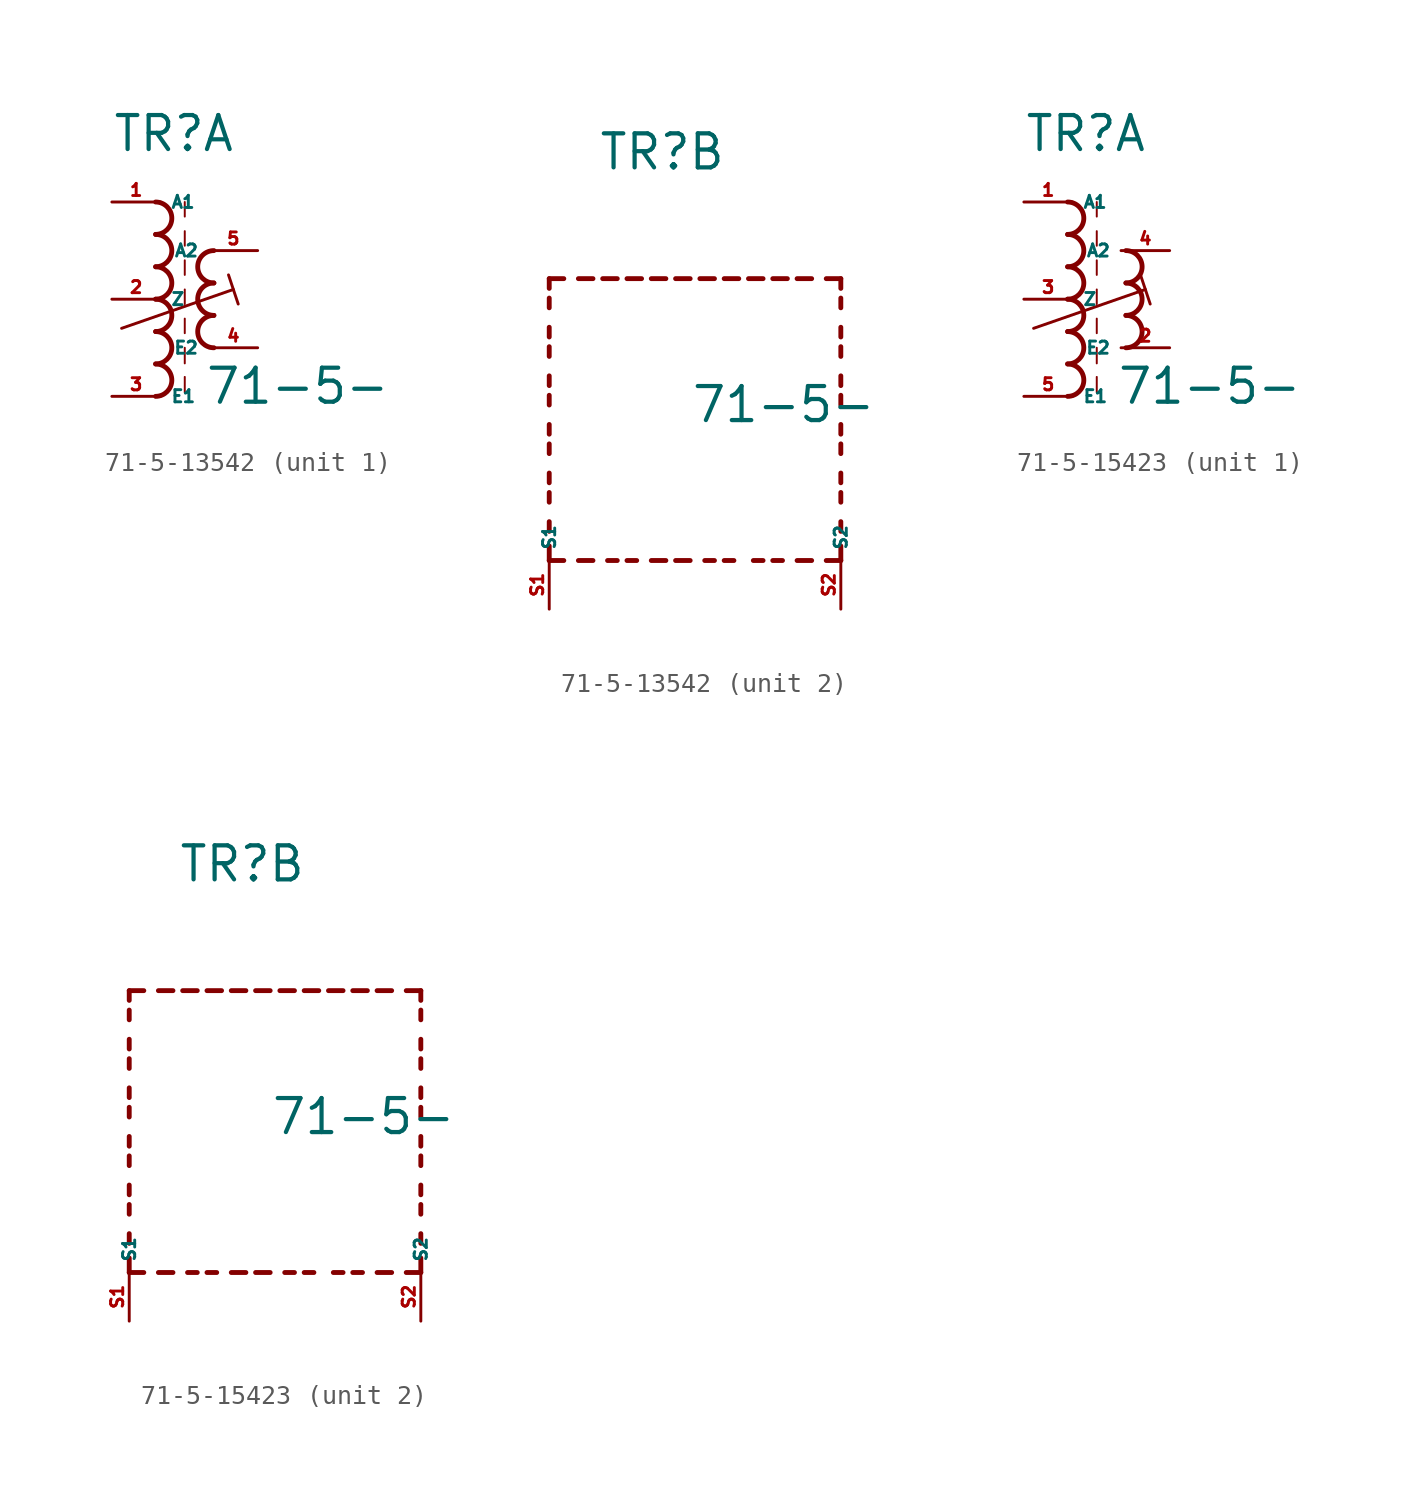
<source format=kicad_sym>
(kicad_symbol_lib
  (version 20220914)
  (generator kicad_symbol_editor)
  (symbol "71-5-13542"
    (property "Reference" "TR"
      (at -2.54 7.62 0)
      (effects (font (size 1.778 1.778) (thickness 0.22)) (justify left bottom)))
    (property "Value" "71-5-"
      (at 2.286 -5.588 0)
      (effects (font (size 1.778 1.778) (thickness 0.22)) (justify left bottom)))
    (symbol "71-5-13542_1_0"
      (arc (start -0.2534 -5.08) (mid 0.593 -4.2333) (end -0.2534 -3.3866) (stroke (width 0.254) (type default)) (fill (type none)))
      (arc (start -0.2534 -3.3866) (mid 0.593 -2.5399) (end -0.2534 -1.6932) (stroke (width 0.254) (type default)) (fill (type none)))
      (arc (start -0.2534 -1.6934) (mid 0.593 -0.8467) (end -0.2534 0) (stroke (width 0.254) (type default)) (fill (type none)))
      (arc (start -0.2534 0) (mid 0.593 0.8467) (end -0.2534 1.6934) (stroke (width 0.254) (type default)) (fill (type none)))
      (arc (start -0.2532 1.6934) (mid 0.593 2.54) (end -0.2532 3.3866) (stroke (width 0.254) (type default)) (fill (type none)))
      (arc (start -0.2534 3.3866) (mid 0.593 4.2333) (end -0.2534 5.08) (stroke (width 0.254) (type default)) (fill (type none)))
      (polyline (pts (xy -2.032 -1.524) (xy 3.81 0.508)) (stroke (width 0.152) (type default)) (fill (type none)))
      (polyline (pts (xy 1.27 -4.064) (xy 1.27 -4.88)) (stroke (width 0.102) (type default)) (fill (type none)))
      (polyline (pts (xy 1.27 -2.54) (xy 1.27 -3.356)) (stroke (width 0.102) (type default)) (fill (type none)))
      (polyline (pts (xy 1.27 -1.016) (xy 1.27 -1.778)) (stroke (width 0.102) (type default)) (fill (type none)))
      (polyline (pts (xy 1.27 0.508) (xy 1.27 -0.254)) (stroke (width 0.102) (type default)) (fill (type none)))
      (polyline (pts (xy 1.27 2.032) (xy 1.27 1.27)) (stroke (width 0.102) (type default)) (fill (type none)))
      (polyline (pts (xy 1.27 3.556) (xy 1.27 2.794)) (stroke (width 0.102) (type default)) (fill (type none)))
      (polyline (pts (xy 1.27 5.08) (xy 1.27 4.318)) (stroke (width 0.102) (type default)) (fill (type none)))
      (polyline (pts (xy 3.556 1.27) (xy 4.064 -0.254)) (stroke (width 0.152) (type default)) (fill (type none)))
      (arc (start 2.7934 -0.8466) (mid 1.947 -1.6933) (end 2.7934 -2.54) (stroke (width 0.254) (type default)) (fill (type none)))
      (arc (start 2.7932 0.8466) (mid 1.947 0) (end 2.7932 -0.8466) (stroke (width 0.254) (type default)) (fill (type none)))
      (arc (start 2.7934 2.54) (mid 1.947 1.6933) (end 2.7934 0.8466) (stroke (width 0.254) (type default)) (fill (type none)))
      (pin passive line (at -2.54 5.08 0) (length 2.54) (name "A1" (effects (font (size 0.635 0.635)))) (number "1" (effects (font (size 0.635 0.635)))))
      (pin passive line (at -2.54 0 0) (length 2.54) (name "Z" (effects (font (size 0.635 0.635)))) (number "2" (effects (font (size 0.635 0.635)))))
      (pin passive line (at -2.54 -5.08 0) (length 2.54) (name "E1" (effects (font (size 0.635 0.635)))) (number "3" (effects (font (size 0.635 0.635)))))
      (pin passive line (at 5.08 -2.54 180) (length 2.54) (name "E2" (effects (font (size 0.635 0.635)))) (number "4" (effects (font (size 0.635 0.635)))))
      (pin passive line (at 5.08 2.54 180) (length 2.54) (name "A2" (effects (font (size 0.635 0.635)))) (number "5" (effects (font (size 0.635 0.635))))))
    (symbol "71-5-13542_2_0"
      (polyline (pts (xy -5.08 -12.7) (xy -5.08 -11.938)) (stroke (width 0.254) (type default)) (fill (type none)))
      (polyline (pts (xy -5.08 -12.7) (xy -4.318 -12.7)) (stroke (width 0.254) (type default)) (fill (type none)))
      (polyline (pts (xy -5.08 -11.176) (xy -5.08 -10.668)) (stroke (width 0.254) (type default)) (fill (type none)))
      (polyline (pts (xy -5.08 -9.652) (xy -5.08 -9.144)) (stroke (width 0.254) (type default)) (fill (type none)))
      (polyline (pts (xy -5.08 -8.636) (xy -5.08 -8.128)) (stroke (width 0.254) (type default)) (fill (type none)))
      (polyline (pts (xy -5.08 -7.112) (xy -5.08 -6.604)) (stroke (width 0.254) (type default)) (fill (type none)))
      (polyline (pts (xy -5.08 -6.096) (xy -5.08 -5.588)) (stroke (width 0.254) (type default)) (fill (type none)))
      (polyline (pts (xy -5.08 -4.572) (xy -5.08 -4.064)) (stroke (width 0.254) (type default)) (fill (type none)))
      (polyline (pts (xy -5.08 -3.556) (xy -5.08 -3.048)) (stroke (width 0.254) (type default)) (fill (type none)))
      (polyline (pts (xy -5.08 -2.032) (xy -5.08 -1.524)) (stroke (width 0.254) (type default)) (fill (type none)))
      (polyline (pts (xy -5.08 -1.016) (xy -5.08 -0.508)) (stroke (width 0.254) (type default)) (fill (type none)))
      (polyline (pts (xy -5.08 0.508) (xy -5.08 1.016)) (stroke (width 0.254) (type default)) (fill (type none)))
      (polyline (pts (xy -5.08 1.524) (xy -5.08 2.032)) (stroke (width 0.254) (type default)) (fill (type none)))
      (polyline (pts (xy -5.08 2.032) (xy -4.318 2.032)) (stroke (width 0.254) (type default)) (fill (type none)))
      (polyline (pts (xy -3.556 -12.7) (xy -2.794 -12.7)) (stroke (width 0.254) (type default)) (fill (type none)))
      (polyline (pts (xy -3.556 2.032) (xy -2.794 2.032)) (stroke (width 0.254) (type default)) (fill (type none)))
      (polyline (pts (xy -1.524 -12.7) (xy -2.032 -12.7)) (stroke (width 0.254) (type default)) (fill (type none)))
      (polyline (pts (xy -1.524 2.032) (xy -2.286 2.032)) (stroke (width 0.254) (type default)) (fill (type none)))
      (polyline (pts (xy -1.016 2.032) (xy -0.254 2.032)) (stroke (width 0.254) (type default)) (fill (type none)))
      (polyline (pts (xy -0.508 -12.7) (xy -1.016 -12.7)) (stroke (width 0.254) (type default)) (fill (type none)))
      (polyline (pts (xy 1.016 -12.7) (xy 0.254 -12.7)) (stroke (width 0.254) (type default)) (fill (type none)))
      (polyline (pts (xy 1.016 2.032) (xy 0.254 2.032)) (stroke (width 0.254) (type default)) (fill (type none)))
      (polyline (pts (xy 1.524 -12.7) (xy 2.286 -12.7)) (stroke (width 0.254) (type default)) (fill (type none)))
      (polyline (pts (xy 1.524 2.032) (xy 2.286 2.032)) (stroke (width 0.254) (type default)) (fill (type none)))
      (polyline (pts (xy 3.556 -12.7) (xy 3.048 -12.7)) (stroke (width 0.254) (type default)) (fill (type none)))
      (polyline (pts (xy 3.556 2.032) (xy 2.794 2.032)) (stroke (width 0.254) (type default)) (fill (type none)))
      (polyline (pts (xy 4.064 2.032) (xy 4.826 2.032)) (stroke (width 0.254) (type default)) (fill (type none)))
      (polyline (pts (xy 4.572 -12.7) (xy 4.064 -12.7)) (stroke (width 0.254) (type default)) (fill (type none)))
      (polyline (pts (xy 6.096 -12.7) (xy 5.588 -12.7)) (stroke (width 0.254) (type default)) (fill (type none)))
      (polyline (pts (xy 6.096 2.032) (xy 5.334 2.032)) (stroke (width 0.254) (type default)) (fill (type none)))
      (polyline (pts (xy 6.604 2.032) (xy 7.366 2.032)) (stroke (width 0.254) (type default)) (fill (type none)))
      (polyline (pts (xy 7.112 -12.7) (xy 6.604 -12.7)) (stroke (width 0.254) (type default)) (fill (type none)))
      (polyline (pts (xy 8.636 -12.7) (xy 7.874 -12.7)) (stroke (width 0.254) (type default)) (fill (type none)))
      (polyline (pts (xy 8.636 2.032) (xy 7.874 2.032)) (stroke (width 0.254) (type default)) (fill (type none)))
      (polyline (pts (xy 10.16 -12.7) (xy 9.398 -12.7)) (stroke (width 0.254) (type default)) (fill (type none)))
      (polyline (pts (xy 10.16 -12.7) (xy 10.16 -11.938)) (stroke (width 0.254) (type default)) (fill (type none)))
      (polyline (pts (xy 10.16 -11.176) (xy 10.16 -10.668)) (stroke (width 0.254) (type default)) (fill (type none)))
      (polyline (pts (xy 10.16 -9.652) (xy 10.16 -9.144)) (stroke (width 0.254) (type default)) (fill (type none)))
      (polyline (pts (xy 10.16 -8.636) (xy 10.16 -8.128)) (stroke (width 0.254) (type default)) (fill (type none)))
      (polyline (pts (xy 10.16 -7.112) (xy 10.16 -6.604)) (stroke (width 0.254) (type default)) (fill (type none)))
      (polyline (pts (xy 10.16 -6.096) (xy 10.16 -5.588)) (stroke (width 0.254) (type default)) (fill (type none)))
      (polyline (pts (xy 10.16 -4.572) (xy 10.16 -4.064)) (stroke (width 0.254) (type default)) (fill (type none)))
      (polyline (pts (xy 10.16 -3.556) (xy 10.16 -3.048)) (stroke (width 0.254) (type default)) (fill (type none)))
      (polyline (pts (xy 10.16 -2.032) (xy 10.16 -1.524)) (stroke (width 0.254) (type default)) (fill (type none)))
      (polyline (pts (xy 10.16 -1.016) (xy 10.16 -0.508)) (stroke (width 0.254) (type default)) (fill (type none)))
      (polyline (pts (xy 10.16 0.508) (xy 10.16 1.016)) (stroke (width 0.254) (type default)) (fill (type none)))
      (polyline (pts (xy 10.16 1.524) (xy 10.16 2.032)) (stroke (width 0.254) (type default)) (fill (type none)))
      (polyline (pts (xy 10.16 2.032) (xy 9.398 2.032)) (stroke (width 0.254) (type default)) (fill (type none)))
      (pin passive line (at -5.08 -15.24 90) (length 2.54) (name "S1" (effects (font (size 0.635 0.635)))) (number "S1" (effects (font (size 0.635 0.635)))))
      (pin passive line (at 10.16 -15.24 90) (length 2.54) (name "S2" (effects (font (size 0.635 0.635)))) (number "S2" (effects (font (size 0.635 0.635)))))))
  (symbol "71-5-15423"
    (property "Reference" "TR"
      (at -2.54 7.62 0)
      (effects (font (size 1.778 1.778) (thickness 0.22)) (justify left bottom)))
    (property "Value" "71-5-"
      (at 2.286 -5.588 0)
      (effects (font (size 1.778 1.778) (thickness 0.22)) (justify left bottom)))
    (symbol "71-5-15423_1_0"
      (arc (start -0.2534 -5.08) (mid 0.593 -4.2333) (end -0.2534 -3.3866) (stroke (width 0.254) (type default)) (fill (type none)))
      (arc (start -0.2534 -3.3866) (mid 0.593 -2.5399) (end -0.2534 -1.6932) (stroke (width 0.254) (type default)) (fill (type none)))
      (arc (start -0.2534 -1.6934) (mid 0.593 -0.8467) (end -0.2534 0) (stroke (width 0.254) (type default)) (fill (type none)))
      (arc (start -0.2534 0) (mid 0.593 0.8467) (end -0.2534 1.6934) (stroke (width 0.254) (type default)) (fill (type none)))
      (arc (start -0.2532 1.6934) (mid 0.593 2.54) (end -0.2532 3.3866) (stroke (width 0.254) (type default)) (fill (type none)))
      (arc (start -0.2534 3.3866) (mid 0.593 4.2333) (end -0.2534 5.08) (stroke (width 0.254) (type default)) (fill (type none)))
      (polyline (pts (xy -2.032 -1.524) (xy 3.81 0.508)) (stroke (width 0.152) (type default)) (fill (type none)))
      (polyline (pts (xy 1.27 -4.064) (xy 1.27 -4.88)) (stroke (width 0.102) (type default)) (fill (type none)))
      (polyline (pts (xy 1.27 -2.54) (xy 1.27 -3.356)) (stroke (width 0.102) (type default)) (fill (type none)))
      (polyline (pts (xy 1.27 -1.016) (xy 1.27 -1.778)) (stroke (width 0.102) (type default)) (fill (type none)))
      (polyline (pts (xy 1.27 0.508) (xy 1.27 -0.254)) (stroke (width 0.102) (type default)) (fill (type none)))
      (polyline (pts (xy 1.27 2.032) (xy 1.27 1.27)) (stroke (width 0.102) (type default)) (fill (type none)))
      (polyline (pts (xy 1.27 3.556) (xy 1.27 2.794)) (stroke (width 0.102) (type default)) (fill (type none)))
      (polyline (pts (xy 1.27 5.08) (xy 1.27 4.318)) (stroke (width 0.102) (type default)) (fill (type none)))
      (polyline (pts (xy 3.556 1.27) (xy 4.064 -0.254)) (stroke (width 0.152) (type default)) (fill (type none)))
      (arc (start 2.794 -2.54) (mid 3.6404 -1.6933) (end 2.794 -0.8466) (stroke (width 0.254) (type default)) (fill (type none)))
      (arc (start 2.794 -0.8466) (mid 3.6402 0) (end 2.794 0.8466) (stroke (width 0.254) (type default)) (fill (type none)))
      (arc (start 2.794 0.8466) (mid 3.6404 1.6933) (end 2.794 2.54) (stroke (width 0.254) (type default)) (fill (type none)))
      (pin passive line (at -2.54 5.08 0) (length 2.54) (name "A1" (effects (font (size 0.635 0.635)))) (number "1" (effects (font (size 0.635 0.635)))))
      (pin passive line (at 5.08 -2.54 180) (length 2.54) (name "E2" (effects (font (size 0.635 0.635)))) (number "2" (effects (font (size 0.635 0.635)))))
      (pin passive line (at -2.54 0 0) (length 2.54) (name "Z" (effects (font (size 0.635 0.635)))) (number "3" (effects (font (size 0.635 0.635)))))
      (pin passive line (at 5.08 2.54 180) (length 2.54) (name "A2" (effects (font (size 0.635 0.635)))) (number "4" (effects (font (size 0.635 0.635)))))
      (pin passive line (at -2.54 -5.08 0) (length 2.54) (name "E1" (effects (font (size 0.635 0.635)))) (number "5" (effects (font (size 0.635 0.635))))))
    (symbol "71-5-15423_2_0"
      (polyline (pts (xy -5.08 -12.7) (xy -5.08 -11.938)) (stroke (width 0.254) (type default)) (fill (type none)))
      (polyline (pts (xy -5.08 -12.7) (xy -4.318 -12.7)) (stroke (width 0.254) (type default)) (fill (type none)))
      (polyline (pts (xy -5.08 -11.176) (xy -5.08 -10.668)) (stroke (width 0.254) (type default)) (fill (type none)))
      (polyline (pts (xy -5.08 -9.652) (xy -5.08 -9.144)) (stroke (width 0.254) (type default)) (fill (type none)))
      (polyline (pts (xy -5.08 -8.636) (xy -5.08 -8.128)) (stroke (width 0.254) (type default)) (fill (type none)))
      (polyline (pts (xy -5.08 -7.112) (xy -5.08 -6.604)) (stroke (width 0.254) (type default)) (fill (type none)))
      (polyline (pts (xy -5.08 -6.096) (xy -5.08 -5.588)) (stroke (width 0.254) (type default)) (fill (type none)))
      (polyline (pts (xy -5.08 -4.572) (xy -5.08 -4.064)) (stroke (width 0.254) (type default)) (fill (type none)))
      (polyline (pts (xy -5.08 -3.556) (xy -5.08 -3.048)) (stroke (width 0.254) (type default)) (fill (type none)))
      (polyline (pts (xy -5.08 -2.032) (xy -5.08 -1.524)) (stroke (width 0.254) (type default)) (fill (type none)))
      (polyline (pts (xy -5.08 -1.016) (xy -5.08 -0.508)) (stroke (width 0.254) (type default)) (fill (type none)))
      (polyline (pts (xy -5.08 0.508) (xy -5.08 1.016)) (stroke (width 0.254) (type default)) (fill (type none)))
      (polyline (pts (xy -5.08 1.524) (xy -5.08 2.032)) (stroke (width 0.254) (type default)) (fill (type none)))
      (polyline (pts (xy -5.08 2.032) (xy -4.318 2.032)) (stroke (width 0.254) (type default)) (fill (type none)))
      (polyline (pts (xy -3.556 -12.7) (xy -2.794 -12.7)) (stroke (width 0.254) (type default)) (fill (type none)))
      (polyline (pts (xy -3.556 2.032) (xy -2.794 2.032)) (stroke (width 0.254) (type default)) (fill (type none)))
      (polyline (pts (xy -1.524 -12.7) (xy -2.032 -12.7)) (stroke (width 0.254) (type default)) (fill (type none)))
      (polyline (pts (xy -1.524 2.032) (xy -2.286 2.032)) (stroke (width 0.254) (type default)) (fill (type none)))
      (polyline (pts (xy -1.016 2.032) (xy -0.254 2.032)) (stroke (width 0.254) (type default)) (fill (type none)))
      (polyline (pts (xy -0.508 -12.7) (xy -1.016 -12.7)) (stroke (width 0.254) (type default)) (fill (type none)))
      (polyline (pts (xy 1.016 -12.7) (xy 0.254 -12.7)) (stroke (width 0.254) (type default)) (fill (type none)))
      (polyline (pts (xy 1.016 2.032) (xy 0.254 2.032)) (stroke (width 0.254) (type default)) (fill (type none)))
      (polyline (pts (xy 1.524 -12.7) (xy 2.286 -12.7)) (stroke (width 0.254) (type default)) (fill (type none)))
      (polyline (pts (xy 1.524 2.032) (xy 2.286 2.032)) (stroke (width 0.254) (type default)) (fill (type none)))
      (polyline (pts (xy 3.556 -12.7) (xy 3.048 -12.7)) (stroke (width 0.254) (type default)) (fill (type none)))
      (polyline (pts (xy 3.556 2.032) (xy 2.794 2.032)) (stroke (width 0.254) (type default)) (fill (type none)))
      (polyline (pts (xy 4.064 2.032) (xy 4.826 2.032)) (stroke (width 0.254) (type default)) (fill (type none)))
      (polyline (pts (xy 4.572 -12.7) (xy 4.064 -12.7)) (stroke (width 0.254) (type default)) (fill (type none)))
      (polyline (pts (xy 6.096 -12.7) (xy 5.588 -12.7)) (stroke (width 0.254) (type default)) (fill (type none)))
      (polyline (pts (xy 6.096 2.032) (xy 5.334 2.032)) (stroke (width 0.254) (type default)) (fill (type none)))
      (polyline (pts (xy 6.604 2.032) (xy 7.366 2.032)) (stroke (width 0.254) (type default)) (fill (type none)))
      (polyline (pts (xy 7.112 -12.7) (xy 6.604 -12.7)) (stroke (width 0.254) (type default)) (fill (type none)))
      (polyline (pts (xy 8.636 -12.7) (xy 7.874 -12.7)) (stroke (width 0.254) (type default)) (fill (type none)))
      (polyline (pts (xy 8.636 2.032) (xy 7.874 2.032)) (stroke (width 0.254) (type default)) (fill (type none)))
      (polyline (pts (xy 10.16 -12.7) (xy 9.398 -12.7)) (stroke (width 0.254) (type default)) (fill (type none)))
      (polyline (pts (xy 10.16 -12.7) (xy 10.16 -11.938)) (stroke (width 0.254) (type default)) (fill (type none)))
      (polyline (pts (xy 10.16 -11.176) (xy 10.16 -10.668)) (stroke (width 0.254) (type default)) (fill (type none)))
      (polyline (pts (xy 10.16 -9.652) (xy 10.16 -9.144)) (stroke (width 0.254) (type default)) (fill (type none)))
      (polyline (pts (xy 10.16 -8.636) (xy 10.16 -8.128)) (stroke (width 0.254) (type default)) (fill (type none)))
      (polyline (pts (xy 10.16 -7.112) (xy 10.16 -6.604)) (stroke (width 0.254) (type default)) (fill (type none)))
      (polyline (pts (xy 10.16 -6.096) (xy 10.16 -5.588)) (stroke (width 0.254) (type default)) (fill (type none)))
      (polyline (pts (xy 10.16 -4.572) (xy 10.16 -4.064)) (stroke (width 0.254) (type default)) (fill (type none)))
      (polyline (pts (xy 10.16 -3.556) (xy 10.16 -3.048)) (stroke (width 0.254) (type default)) (fill (type none)))
      (polyline (pts (xy 10.16 -2.032) (xy 10.16 -1.524)) (stroke (width 0.254) (type default)) (fill (type none)))
      (polyline (pts (xy 10.16 -1.016) (xy 10.16 -0.508)) (stroke (width 0.254) (type default)) (fill (type none)))
      (polyline (pts (xy 10.16 0.508) (xy 10.16 1.016)) (stroke (width 0.254) (type default)) (fill (type none)))
      (polyline (pts (xy 10.16 1.524) (xy 10.16 2.032)) (stroke (width 0.254) (type default)) (fill (type none)))
      (polyline (pts (xy 10.16 2.032) (xy 9.398 2.032)) (stroke (width 0.254) (type default)) (fill (type none)))
      (pin passive line (at -5.08 -15.24 90) (length 2.54) (name "S1" (effects (font (size 0.635 0.635)))) (number "S1" (effects (font (size 0.635 0.635)))))
      (pin passive line (at 10.16 -15.24 90) (length 2.54) (name "S2" (effects (font (size 0.635 0.635)))) (number "S2" (effects (font (size 0.635 0.635))))))))
</source>
